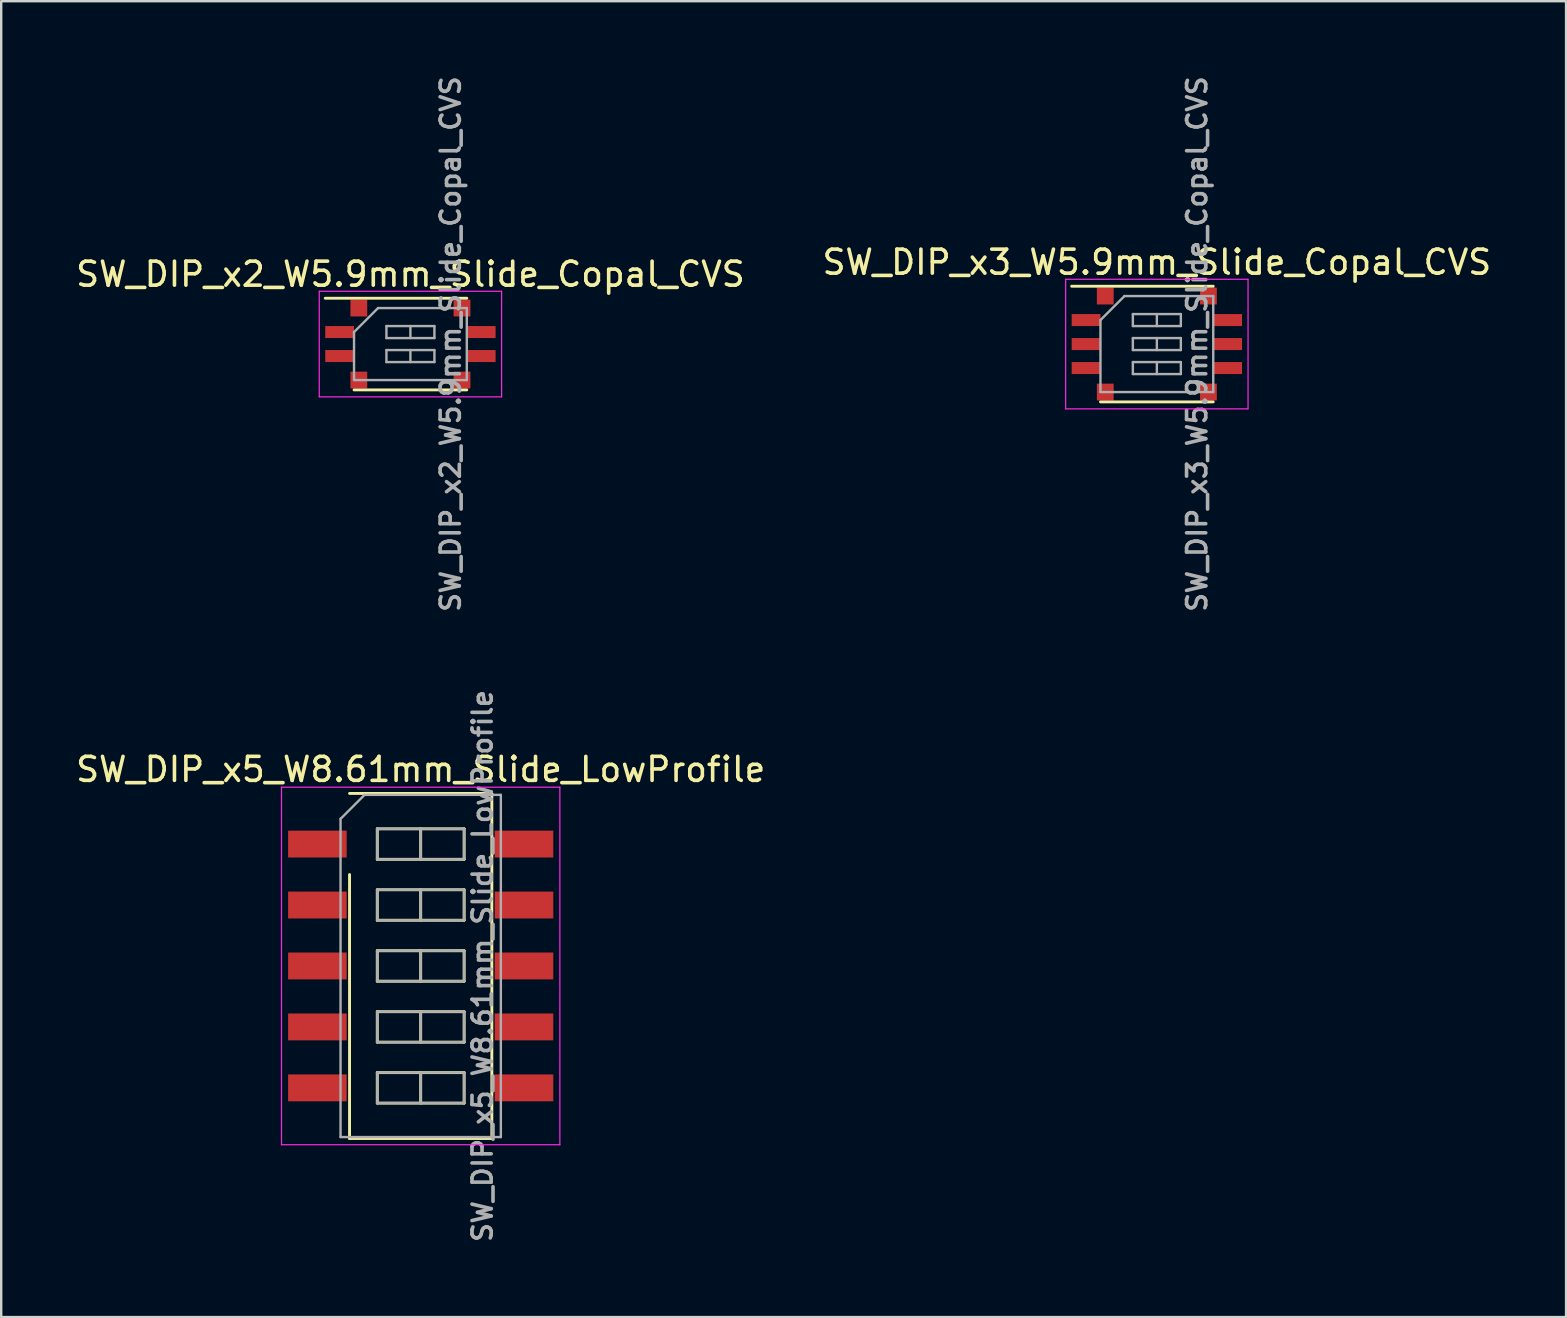
<source format=kicad_pcb>
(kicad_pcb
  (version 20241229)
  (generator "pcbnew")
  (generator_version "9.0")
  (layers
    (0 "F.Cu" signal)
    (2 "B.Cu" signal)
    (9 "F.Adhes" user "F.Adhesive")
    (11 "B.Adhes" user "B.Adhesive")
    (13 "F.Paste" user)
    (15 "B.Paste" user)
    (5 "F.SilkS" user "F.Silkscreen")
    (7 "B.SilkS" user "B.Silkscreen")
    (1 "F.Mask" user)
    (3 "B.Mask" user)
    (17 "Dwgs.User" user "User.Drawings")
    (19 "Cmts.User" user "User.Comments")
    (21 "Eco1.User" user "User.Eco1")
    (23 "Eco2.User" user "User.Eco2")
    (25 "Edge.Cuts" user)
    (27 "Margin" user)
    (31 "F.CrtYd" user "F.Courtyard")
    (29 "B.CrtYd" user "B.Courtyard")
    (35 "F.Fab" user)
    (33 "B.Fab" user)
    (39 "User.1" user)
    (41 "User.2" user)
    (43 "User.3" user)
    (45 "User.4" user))
  (footprint "SW_DIP_x2_W5.9mm_Slide_Copal_CVS"
    (layer "F.Cu")
    (at 14.054 11.288)
    (property "Reference" "SW_DIP_x2_W5.9mm_Slide_Copal_CVS" (at 0 -2.91 0) (layer "F.SilkS") (effects (font (size 1 1) (thickness 0.15))))
    (attr smd)
    (fp_line (start -3.55 -1.91) (end 2.35 -1.91) (stroke (width 0.12) (type solid)) (layer "F.SilkS"))
    (fp_line (start -2.35 1.91) (end 2.35 1.91) (stroke (width 0.12) (type solid)) (layer "F.SilkS"))
    (fp_line (start -3.8 -2.2) (end -3.8 2.2) (stroke (width 0.05) (type solid)) (layer "F.CrtYd"))
    (fp_line (start -3.8 2.2) (end 3.8 2.2) (stroke (width 0.05) (type solid)) (layer "F.CrtYd"))
    (fp_line (start 3.8 -2.2) (end -3.8 -2.2) (stroke (width 0.05) (type solid)) (layer "F.CrtYd"))
    (fp_line (start 3.8 2.2) (end 3.8 -2.2) (stroke (width 0.05) (type solid)) (layer "F.CrtYd"))
    (fp_line (start -2.35 -0.5) (end -1.35 -1.5) (stroke (width 0.1) (type solid)) (layer "F.Fab"))
    (fp_line (start -2.35 1.5) (end -2.35 -0.5) (stroke (width 0.1) (type solid)) (layer "F.Fab"))
    (fp_line (start -1.35 -1.5) (end 2.35 -1.5) (stroke (width 0.1) (type solid)) (layer "F.Fab"))
    (fp_line (start -1 -0.75) (end -1 -0.25) (stroke (width 0.1) (type solid)) (layer "F.Fab"))
    (fp_line (start -1 -0.25) (end 1 -0.25) (stroke (width 0.1) (type solid)) (layer "F.Fab"))
    (fp_line (start -1 0.25) (end -1 0.75) (stroke (width 0.1) (type solid)) (layer "F.Fab"))
    (fp_line (start -1 0.75) (end 1 0.75) (stroke (width 0.1) (type solid)) (layer "F.Fab"))
    (fp_line (start 0 -0.75) (end 0 -0.25) (stroke (width 0.1) (type solid)) (layer "F.Fab"))
    (fp_line (start 0 0.25) (end 0 0.75) (stroke (width 0.1) (type solid)) (layer "F.Fab"))
    (fp_line (start 1 -0.75) (end -1 -0.75) (stroke (width 0.1) (type solid)) (layer "F.Fab"))
    (fp_line (start 1 -0.25) (end 1 -0.75) (stroke (width 0.1) (type solid)) (layer "F.Fab"))
    (fp_line (start 1 0.25) (end -1 0.25) (stroke (width 0.1) (type solid)) (layer "F.Fab"))
    (fp_line (start 1 0.75) (end 1 0.25) (stroke (width 0.1) (type solid)) (layer "F.Fab"))
    (fp_line (start 2.35 -1.5) (end 2.35 1.5) (stroke (width 0.1) (type solid)) (layer "F.Fab"))
    (fp_line (start 2.35 1.5) (end -2.35 1.5) (stroke (width 0.1) (type solid)) (layer "F.Fab"))
    (fp_text user "${REFERENCE}" (at 1.675 0 90) (layer "F.Fab") (effects (font (size 0.8 0.8) (thickness 0.15))))
    (pad "1" smd rect (at -2.95 -0.5) (size 1.2 0.5) (layers "F.Cu" "F.Mask" "F.Paste"))
    (pad "2" smd rect (at -2.95 0.5) (size 1.2 0.5) (layers "F.Cu" "F.Mask" "F.Paste"))
    (pad "3" smd rect (at 2.95 0.5) (size 1.2 0.5) (layers "F.Cu" "F.Mask" "F.Paste"))
    (pad "4" smd rect (at 2.95 -0.5) (size 1.2 0.5) (layers "F.Cu" "F.Mask" "F.Paste"))
    (pad "5" smd rect (at -2.15 -1.5) (size 0.7 0.7) (layers "F.Cu" "F.Mask" "F.Paste"))
    (pad "5" smd rect (at -2.15 1.5) (size 0.7 0.7) (layers "F.Cu" "F.Mask" "F.Paste"))
    (pad "5" smd rect (at 2.15 -1.5) (size 0.7 0.7) (layers "F.Cu" "F.Mask" "F.Paste"))
    (pad "5" smd rect (at 2.15 1.5) (size 0.7 0.7) (layers "F.Cu" "F.Mask" "F.Paste")))
  (footprint "SW_DIP_x5_W8.61mm_Slide_LowProfile"
    (layer "F.Cu")
    (at 14.482 37.206)
    (property "Reference" "SW_DIP_x5_W8.61mm_Slide_LowProfile" (at 0 -8.19 0) (layer "F.SilkS") (effects (font (size 1 1) (thickness 0.15))))
    (attr smd)
    (fp_line (start -2.965 -7.19) (end 2.965 -7.19) (stroke (width 0.12) (type solid)) (layer "F.SilkS"))
    (fp_line (start -2.965 7.19) (end -2.965 -3.81) (stroke (width 0.12) (type solid)) (layer "F.SilkS"))
    (fp_line (start -1.81 -5.715) (end -1.81 -4.445) (stroke (width 0.12) (type solid)) (layer "F.SilkS"))
    (fp_line (start -1.81 -4.445) (end 1.81 -4.445) (stroke (width 0.12) (type solid)) (layer "F.SilkS"))
    (fp_line (start -1.81 -3.175) (end -1.81 -1.905) (stroke (width 0.12) (type solid)) (layer "F.SilkS"))
    (fp_line (start -1.81 -1.905) (end 1.81 -1.905) (stroke (width 0.12) (type solid)) (layer "F.SilkS"))
    (fp_line (start -1.81 -0.635) (end -1.81 0.635) (stroke (width 0.12) (type solid)) (layer "F.SilkS"))
    (fp_line (start -1.81 0.635) (end 1.81 0.635) (stroke (width 0.12) (type solid)) (layer "F.SilkS"))
    (fp_line (start -1.81 1.905) (end -1.81 3.175) (stroke (width 0.12) (type solid)) (layer "F.SilkS"))
    (fp_line (start -1.81 3.175) (end 1.81 3.175) (stroke (width 0.12) (type solid)) (layer "F.SilkS"))
    (fp_line (start -1.81 4.445) (end -1.81 5.715) (stroke (width 0.12) (type solid)) (layer "F.SilkS"))
    (fp_line (start -1.81 5.715) (end 1.81 5.715) (stroke (width 0.12) (type solid)) (layer "F.SilkS"))
    (fp_line (start 0 -5.715) (end 0 -4.445) (stroke (width 0.12) (type solid)) (layer "F.SilkS"))
    (fp_line (start 0 -3.175) (end 0 -1.905) (stroke (width 0.12) (type solid)) (layer "F.SilkS"))
    (fp_line (start 0 -0.635) (end 0 0.635) (stroke (width 0.12) (type solid)) (layer "F.SilkS"))
    (fp_line (start 0 1.905) (end 0 3.175) (stroke (width 0.12) (type solid)) (layer "F.SilkS"))
    (fp_line (start 0 4.445) (end 0 5.715) (stroke (width 0.12) (type solid)) (layer "F.SilkS"))
    (fp_line (start 1.81 -5.715) (end -1.81 -5.715) (stroke (width 0.12) (type solid)) (layer "F.SilkS"))
    (fp_line (start 1.81 -4.445) (end 1.81 -5.715) (stroke (width 0.12) (type solid)) (layer "F.SilkS"))
    (fp_line (start 1.81 -3.175) (end -1.81 -3.175) (stroke (width 0.12) (type solid)) (layer "F.SilkS"))
    (fp_line (start 1.81 -1.905) (end 1.81 -3.175) (stroke (width 0.12) (type solid)) (layer "F.SilkS"))
    (fp_line (start 1.81 -0.635) (end -1.81 -0.635) (stroke (width 0.12) (type solid)) (layer "F.SilkS"))
    (fp_line (start 1.81 0.635) (end 1.81 -0.635) (stroke (width 0.12) (type solid)) (layer "F.SilkS"))
    (fp_line (start 1.81 1.905) (end -1.81 1.905) (stroke (width 0.12) (type solid)) (layer "F.SilkS"))
    (fp_line (start 1.81 3.175) (end 1.81 1.905) (stroke (width 0.12) (type solid)) (layer "F.SilkS"))
    (fp_line (start 1.81 4.445) (end -1.81 4.445) (stroke (width 0.12) (type solid)) (layer "F.SilkS"))
    (fp_line (start 1.81 5.715) (end 1.81 4.445) (stroke (width 0.12) (type solid)) (layer "F.SilkS"))
    (fp_line (start 2.965 -7.19) (end 2.965 7.19) (stroke (width 0.12) (type solid)) (layer "F.SilkS"))
    (fp_line (start 2.965 7.19) (end -2.965 7.19) (stroke (width 0.12) (type solid)) (layer "F.SilkS"))
    (fp_line (start -5.8 -7.45) (end -5.8 7.45) (stroke (width 0.05) (type solid)) (layer "F.CrtYd"))
    (fp_line (start -5.8 7.45) (end 5.8 7.45) (stroke (width 0.05) (type solid)) (layer "F.CrtYd"))
    (fp_line (start 5.8 -7.45) (end -5.8 -7.45) (stroke (width 0.05) (type solid)) (layer "F.CrtYd"))
    (fp_line (start 5.8 7.45) (end 5.8 -7.45) (stroke (width 0.05) (type solid)) (layer "F.CrtYd"))
    (fp_line (start -3.34 -6.13) (end -2.34 -7.13) (stroke (width 0.1) (type solid)) (layer "F.Fab"))
    (fp_line (start -3.34 7.13) (end -3.34 -6.13) (stroke (width 0.1) (type solid)) (layer "F.Fab"))
    (fp_line (start -2.34 -7.13) (end 3.34 -7.13) (stroke (width 0.1) (type solid)) (layer "F.Fab"))
    (fp_line (start -1.81 -5.715) (end -1.81 -4.445) (stroke (width 0.1) (type solid)) (layer "F.Fab"))
    (fp_line (start -1.81 -4.445) (end 1.81 -4.445) (stroke (width 0.1) (type solid)) (layer "F.Fab"))
    (fp_line (start -1.81 -3.175) (end -1.81 -1.905) (stroke (width 0.1) (type solid)) (layer "F.Fab"))
    (fp_line (start -1.81 -1.905) (end 1.81 -1.905) (stroke (width 0.1) (type solid)) (layer "F.Fab"))
    (fp_line (start -1.81 -0.635) (end -1.81 0.635) (stroke (width 0.1) (type solid)) (layer "F.Fab"))
    (fp_line (start -1.81 0.635) (end 1.81 0.635) (stroke (width 0.1) (type solid)) (layer "F.Fab"))
    (fp_line (start -1.81 1.905) (end -1.81 3.175) (stroke (width 0.1) (type solid)) (layer "F.Fab"))
    (fp_line (start -1.81 3.175) (end 1.81 3.175) (stroke (width 0.1) (type solid)) (layer "F.Fab"))
    (fp_line (start -1.81 4.445) (end -1.81 5.715) (stroke (width 0.1) (type solid)) (layer "F.Fab"))
    (fp_line (start -1.81 5.715) (end 1.81 5.715) (stroke (width 0.1) (type solid)) (layer "F.Fab"))
    (fp_line (start 0 -5.715) (end 0 -4.445) (stroke (width 0.1) (type solid)) (layer "F.Fab"))
    (fp_line (start 0 -3.175) (end 0 -1.905) (stroke (width 0.1) (type solid)) (layer "F.Fab"))
    (fp_line (start 0 -0.635) (end 0 0.635) (stroke (width 0.1) (type solid)) (layer "F.Fab"))
    (fp_line (start 0 1.905) (end 0 3.175) (stroke (width 0.1) (type solid)) (layer "F.Fab"))
    (fp_line (start 0 4.445) (end 0 5.715) (stroke (width 0.1) (type solid)) (layer "F.Fab"))
    (fp_line (start 1.81 -5.715) (end -1.81 -5.715) (stroke (width 0.1) (type solid)) (layer "F.Fab"))
    (fp_line (start 1.81 -4.445) (end 1.81 -5.715) (stroke (width 0.1) (type solid)) (layer "F.Fab"))
    (fp_line (start 1.81 -3.175) (end -1.81 -3.175) (stroke (width 0.1) (type solid)) (layer "F.Fab"))
    (fp_line (start 1.81 -1.905) (end 1.81 -3.175) (stroke (width 0.1) (type solid)) (layer "F.Fab"))
    (fp_line (start 1.81 -0.635) (end -1.81 -0.635) (stroke (width 0.1) (type solid)) (layer "F.Fab"))
    (fp_line (start 1.81 0.635) (end 1.81 -0.635) (stroke (width 0.1) (type solid)) (layer "F.Fab"))
    (fp_line (start 1.81 1.905) (end -1.81 1.905) (stroke (width 0.1) (type solid)) (layer "F.Fab"))
    (fp_line (start 1.81 3.175) (end 1.81 1.905) (stroke (width 0.1) (type solid)) (layer "F.Fab"))
    (fp_line (start 1.81 4.445) (end -1.81 4.445) (stroke (width 0.1) (type solid)) (layer "F.Fab"))
    (fp_line (start 1.81 5.715) (end 1.81 4.445) (stroke (width 0.1) (type solid)) (layer "F.Fab"))
    (fp_line (start 3.34 -7.13) (end 3.34 7.13) (stroke (width 0.1) (type solid)) (layer "F.Fab"))
    (fp_line (start 3.34 7.13) (end -3.34 7.13) (stroke (width 0.1) (type solid)) (layer "F.Fab"))
    (fp_text user "${REFERENCE}" (at 2.575 0 90) (layer "F.Fab") (effects (font (size 0.8 0.8) (thickness 0.15))))
    (pad "1" smd rect (at -4.305 -5.08) (size 2.44 1.12) (layers "F.Cu" "F.Mask" "F.Paste"))
    (pad "2" smd rect (at -4.305 -2.54) (size 2.44 1.12) (layers "F.Cu" "F.Mask" "F.Paste"))
    (pad "3" smd rect (at -4.305 0) (size 2.44 1.12) (layers "F.Cu" "F.Mask" "F.Paste"))
    (pad "4" smd rect (at -4.305 2.54) (size 2.44 1.12) (layers "F.Cu" "F.Mask" "F.Paste"))
    (pad "5" smd rect (at -4.305 5.08) (size 2.44 1.12) (layers "F.Cu" "F.Mask" "F.Paste"))
    (pad "6" smd rect (at 4.305 5.08) (size 2.44 1.12) (layers "F.Cu" "F.Mask" "F.Paste"))
    (pad "7" smd rect (at 4.305 2.54) (size 2.44 1.12) (layers "F.Cu" "F.Mask" "F.Paste"))
    (pad "8" smd rect (at 4.305 0) (size 2.44 1.12) (layers "F.Cu" "F.Mask" "F.Paste"))
    (pad "9" smd rect (at 4.305 -2.54) (size 2.44 1.12) (layers "F.Cu" "F.Mask" "F.Paste"))
    (pad "10" smd rect (at 4.305 -5.08) (size 2.44 1.12) (layers "F.Cu" "F.Mask" "F.Paste")))
  (footprint "SW_DIP_x3_W5.9mm_Slide_Copal_CVS"
    (layer "F.Cu")
    (at 45.161 11.288)
    (property "Reference" "SW_DIP_x3_W5.9mm_Slide_Copal_CVS" (at 0 -3.41 0) (layer "F.SilkS") (effects (font (size 1 1) (thickness 0.15))))
    (attr smd)
    (fp_line (start -3.55 -2.41) (end 2.35 -2.41) (stroke (width 0.12) (type solid)) (layer "F.SilkS"))
    (fp_line (start -2.35 2.41) (end 2.35 2.41) (stroke (width 0.12) (type solid)) (layer "F.SilkS"))
    (fp_line (start -3.8 -2.7) (end -3.8 2.7) (stroke (width 0.05) (type solid)) (layer "F.CrtYd"))
    (fp_line (start -3.8 2.7) (end 3.8 2.7) (stroke (width 0.05) (type solid)) (layer "F.CrtYd"))
    (fp_line (start 3.8 -2.7) (end -3.8 -2.7) (stroke (width 0.05) (type solid)) (layer "F.CrtYd"))
    (fp_line (start 3.8 2.7) (end 3.8 -2.7) (stroke (width 0.05) (type solid)) (layer "F.CrtYd"))
    (fp_line (start -2.35 -1) (end -1.35 -2) (stroke (width 0.1) (type solid)) (layer "F.Fab"))
    (fp_line (start -2.35 2) (end -2.35 -1) (stroke (width 0.1) (type solid)) (layer "F.Fab"))
    (fp_line (start -1.35 -2) (end 2.35 -2) (stroke (width 0.1) (type solid)) (layer "F.Fab"))
    (fp_line (start -1 -1.25) (end -1 -0.75) (stroke (width 0.1) (type solid)) (layer "F.Fab"))
    (fp_line (start -1 -0.75) (end 1 -0.75) (stroke (width 0.1) (type solid)) (layer "F.Fab"))
    (fp_line (start -1 -0.25) (end -1 0.25) (stroke (width 0.1) (type solid)) (layer "F.Fab"))
    (fp_line (start -1 0.25) (end 1 0.25) (stroke (width 0.1) (type solid)) (layer "F.Fab"))
    (fp_line (start -1 0.75) (end -1 1.25) (stroke (width 0.1) (type solid)) (layer "F.Fab"))
    (fp_line (start -1 1.25) (end 1 1.25) (stroke (width 0.1) (type solid)) (layer "F.Fab"))
    (fp_line (start 0 -1.25) (end 0 -0.75) (stroke (width 0.1) (type solid)) (layer "F.Fab"))
    (fp_line (start 0 -0.25) (end 0 0.25) (stroke (width 0.1) (type solid)) (layer "F.Fab"))
    (fp_line (start 0 0.75) (end 0 1.25) (stroke (width 0.1) (type solid)) (layer "F.Fab"))
    (fp_line (start 1 -1.25) (end -1 -1.25) (stroke (width 0.1) (type solid)) (layer "F.Fab"))
    (fp_line (start 1 -0.75) (end 1 -1.25) (stroke (width 0.1) (type solid)) (layer "F.Fab"))
    (fp_line (start 1 -0.25) (end -1 -0.25) (stroke (width 0.1) (type solid)) (layer "F.Fab"))
    (fp_line (start 1 0.25) (end 1 -0.25) (stroke (width 0.1) (type solid)) (layer "F.Fab"))
    (fp_line (start 1 0.75) (end -1 0.75) (stroke (width 0.1) (type solid)) (layer "F.Fab"))
    (fp_line (start 1 1.25) (end 1 0.75) (stroke (width 0.1) (type solid)) (layer "F.Fab"))
    (fp_line (start 2.35 -2) (end 2.35 2) (stroke (width 0.1) (type solid)) (layer "F.Fab"))
    (fp_line (start 2.35 2) (end -2.35 2) (stroke (width 0.1) (type solid)) (layer "F.Fab"))
    (fp_text user "${REFERENCE}" (at 1.675 0 90) (layer "F.Fab") (effects (font (size 0.8 0.8) (thickness 0.15))))
    (pad "1" smd rect (at -2.95 -1) (size 1.2 0.5) (layers "F.Cu" "F.Mask" "F.Paste"))
    (pad "2" smd rect (at -2.95 0) (size 1.2 0.5) (layers "F.Cu" "F.Mask" "F.Paste"))
    (pad "3" smd rect (at -2.95 1) (size 1.2 0.5) (layers "F.Cu" "F.Mask" "F.Paste"))
    (pad "4" smd rect (at 2.95 1) (size 1.2 0.5) (layers "F.Cu" "F.Mask" "F.Paste"))
    (pad "5" smd rect (at 2.95 0) (size 1.2 0.5) (layers "F.Cu" "F.Mask" "F.Paste"))
    (pad "6" smd rect (at 2.95 -1) (size 1.2 0.5) (layers "F.Cu" "F.Mask" "F.Paste"))
    (pad "7" smd rect (at -2.15 -2) (size 0.7 0.7) (layers "F.Cu" "F.Mask" "F.Paste"))
    (pad "7" smd rect (at -2.15 2) (size 0.7 0.7) (layers "F.Cu" "F.Mask" "F.Paste"))
    (pad "7" smd rect (at 2.15 -2) (size 0.7 0.7) (layers "F.Cu" "F.Mask" "F.Paste"))
    (pad "7" smd rect (at 2.15 2) (size 0.7 0.7) (layers "F.Cu" "F.Mask" "F.Paste")))
  (gr_rect
    (start -3 -3)
    (end 62.214 51.837)
    (stroke (width 0.1) (type default))
    (fill no)
    (layer "Edge.Cuts")))
</source>
